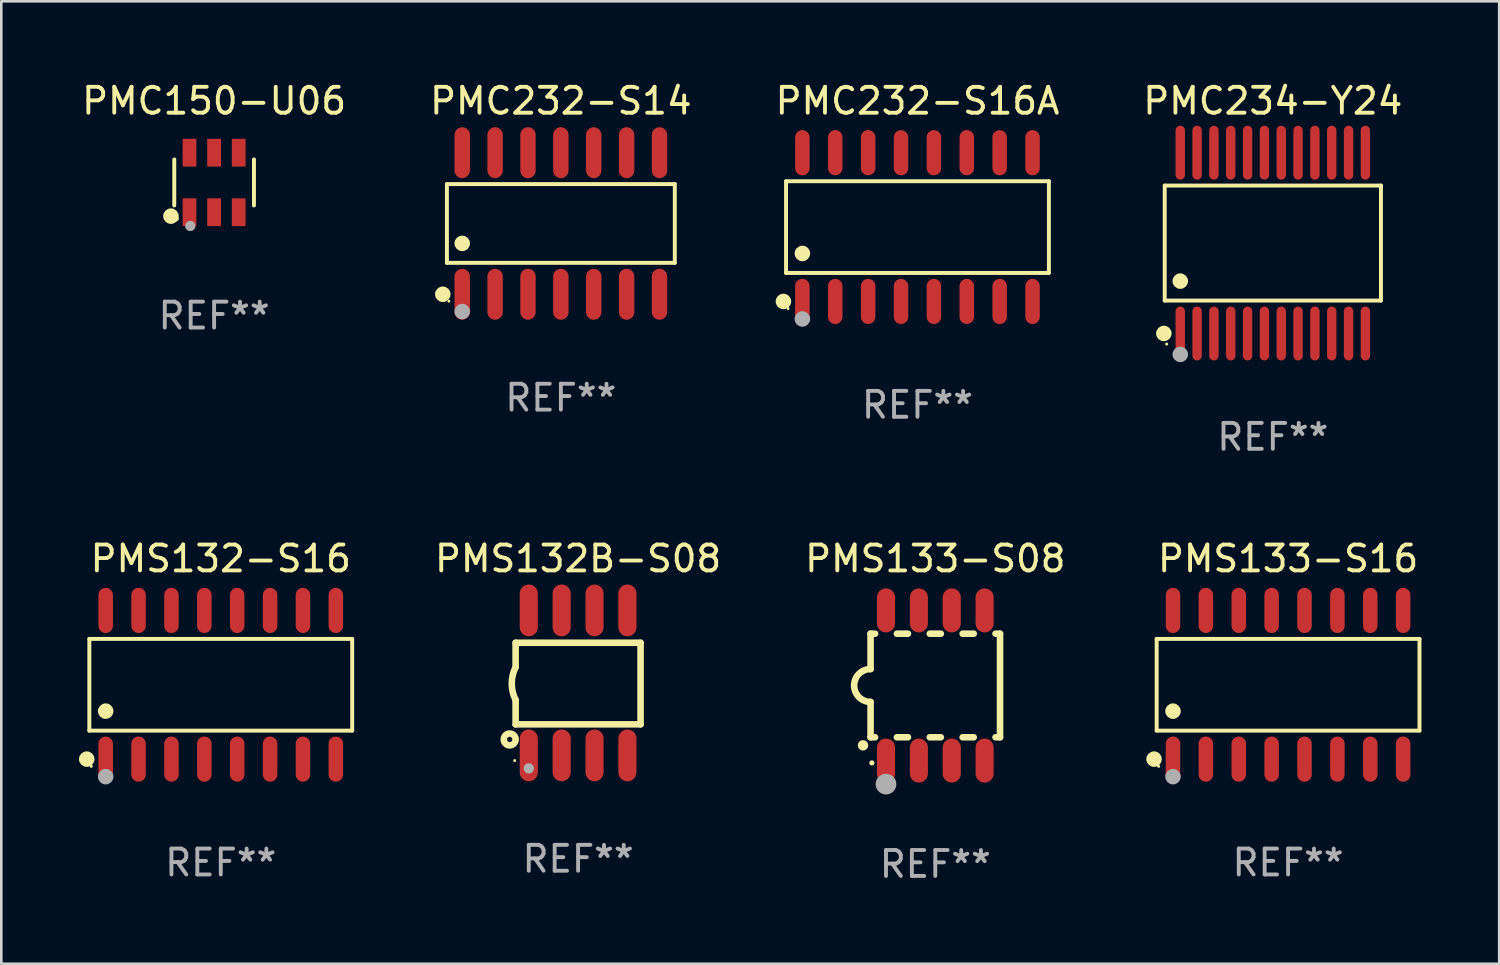
<source format=kicad_pcb>
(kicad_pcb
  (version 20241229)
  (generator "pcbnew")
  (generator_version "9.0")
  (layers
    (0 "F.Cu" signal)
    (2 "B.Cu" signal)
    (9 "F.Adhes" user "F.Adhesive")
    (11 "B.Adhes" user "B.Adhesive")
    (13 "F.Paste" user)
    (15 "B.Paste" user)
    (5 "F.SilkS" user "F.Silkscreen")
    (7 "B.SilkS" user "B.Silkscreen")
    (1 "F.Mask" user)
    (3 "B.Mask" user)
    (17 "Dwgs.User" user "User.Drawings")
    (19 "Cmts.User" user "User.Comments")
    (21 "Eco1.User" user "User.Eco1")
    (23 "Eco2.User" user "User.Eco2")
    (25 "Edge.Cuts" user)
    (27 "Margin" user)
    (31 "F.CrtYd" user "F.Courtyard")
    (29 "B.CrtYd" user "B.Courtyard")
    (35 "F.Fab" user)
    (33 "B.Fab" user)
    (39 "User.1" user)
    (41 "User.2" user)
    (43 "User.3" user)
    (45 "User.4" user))
  (footprint "PMS133-S08"
    (layer "F.Cu")
    (at 33.076 23.427)
    (property "Reference" "PMS133-S08" (at 0 -4.9 0) (layer "F.SilkS") (effects (font (size 1 1) (thickness 0.15))))
    (attr through_hole)
    (fp_line (start -2.5 -2) (end -2.5 -0.635) (stroke (width 0.254) (type solid)) (layer "F.SilkS"))
    (fp_line (start -2.5 -2) (end -2.326 -2) (stroke (width 0.254) (type solid)) (layer "F.SilkS"))
    (fp_line (start -2.5 2) (end -2.5 0.635) (stroke (width 0.254) (type solid)) (layer "F.SilkS"))
    (fp_line (start -2.5 2) (end -2.326 2) (stroke (width 0.254) (type solid)) (layer "F.SilkS"))
    (fp_line (start -1.484 -2) (end -1.056 -2) (stroke (width 0.254) (type solid)) (layer "F.SilkS"))
    (fp_line (start -1.484 2) (end -1.056 2) (stroke (width 0.254) (type solid)) (layer "F.SilkS"))
    (fp_line (start -0.214 -2) (end 0.214 -2) (stroke (width 0.254) (type solid)) (layer "F.SilkS"))
    (fp_line (start -0.214 2) (end 0.214 2) (stroke (width 0.254) (type solid)) (layer "F.SilkS"))
    (fp_line (start 1.056 -2) (end 1.484 -2) (stroke (width 0.254) (type solid)) (layer "F.SilkS"))
    (fp_line (start 1.056 2) (end 1.484 2) (stroke (width 0.254) (type solid)) (layer "F.SilkS"))
    (fp_line (start 2.326 -2) (end 2.5 -2) (stroke (width 0.254) (type solid)) (layer "F.SilkS"))
    (fp_line (start 2.326 2) (end 2.5 2) (stroke (width 0.254) (type solid)) (layer "F.SilkS"))
    (fp_line (start 2.5 -2) (end 2.5 2) (stroke (width 0.254) (type solid)) (layer "F.SilkS"))
    (fp_arc (start -2.794006 2.311405) (mid -2.792736 2.311401) (end -2.791466 2.311405) (stroke (width 0.4) (type solid)) (layer "F.SilkS"))
    (fp_arc (start -2.5 0.635001) (mid -3.134366 -0.000318) (end -2.499365 -0.635001) (stroke (width 0.254001) (type solid)) (layer "F.SilkS"))
    (fp_circle (center -2.45 2.99) (end -2.4 2.99) (stroke (width 0.1) (type solid)) (fill no) (layer "F.SilkS"))
    (fp_circle (center -1.905 3.81) (end -1.705 3.81) (stroke (width 0.4) (type solid)) (fill no) (layer "F.Fab"))
    (fp_text user "REF**" (at 0 6.9 0) (layer "F.Fab") (effects (font (size 1 1) (thickness 0.15))))
    (pad "1" smd oval (at -1.905 2.9 180) (size 0.7 1.7) (layers "F.Cu" "F.Mask" "F.Paste"))
    (pad "2" smd oval (at -0.635 2.9 180) (size 0.7 1.7) (layers "F.Cu" "F.Mask" "F.Paste"))
    (pad "3" smd oval (at 0.635 2.9 180) (size 0.7 1.7) (layers "F.Cu" "F.Mask" "F.Paste"))
    (pad "4" smd oval (at 1.905 2.9 180) (size 0.7 1.7) (layers "F.Cu" "F.Mask" "F.Paste"))
    (pad "5" smd oval (at 1.905 -2.9 180) (size 0.7 1.7) (layers "F.Cu" "F.Mask" "F.Paste"))
    (pad "6" smd oval (at 0.635 -2.9 180) (size 0.7 1.7) (layers "F.Cu" "F.Mask" "F.Paste"))
    (pad "7" smd oval (at -0.635 -2.9 180) (size 0.7 1.7) (layers "F.Cu" "F.Mask" "F.Paste"))
    (pad "8" smd oval (at -1.905 -2.9 180) (size 0.7 1.7) (layers "F.Cu" "F.Mask" "F.Paste")))
  (footprint "PMS133-S16"
    (layer "F.Cu")
    (at 46.702 23.399)
    (property "Reference" "PMS133-S16" (at 0 -4.872 0) (layer "F.SilkS") (effects (font (size 1 1) (thickness 0.15))))
    (attr through_hole)
    (fp_line (start -5.076 -1.771) (end 5.076 -1.771) (stroke (width 0.152) (type solid)) (layer "F.SilkS"))
    (fp_line (start -5.076 1.771) (end -5.076 -1.771) (stroke (width 0.152) (type solid)) (layer "F.SilkS"))
    (fp_line (start 5.076 -1.771) (end 5.076 1.771) (stroke (width 0.152) (type solid)) (layer "F.SilkS"))
    (fp_line (start 5.076 1.771) (end -5.076 1.771) (stroke (width 0.152) (type solid)) (layer "F.SilkS"))
    (fp_circle (center -5.177 2.872) (end -5.027 2.872) (stroke (width 0.3) (type solid)) (fill no) (layer "F.SilkS"))
    (fp_circle (center -5 3.15) (end -4.97 3.15) (stroke (width 0.06) (type solid)) (fill no) (layer "F.SilkS"))
    (fp_circle (center -4.445 1.019) (end -4.295 1.019) (stroke (width 0.3) (type solid)) (fill no) (layer "F.SilkS"))
    (fp_circle (center -4.445 3.55) (end -4.295 3.55) (stroke (width 0.3) (type solid)) (fill no) (layer "F.Fab"))
    (fp_text user "REF**" (at 0 6.872 0) (layer "F.Fab") (effects (font (size 1 1) (thickness 0.15))))
    (pad "1" smd oval (at -4.445 2.872) (size 0.56 1.745) (layers "F.Cu" "F.Mask" "F.Paste"))
    (pad "2" smd oval (at -3.175 2.872) (size 0.56 1.745) (layers "F.Cu" "F.Mask" "F.Paste"))
    (pad "3" smd oval (at -1.905 2.872) (size 0.56 1.745) (layers "F.Cu" "F.Mask" "F.Paste"))
    (pad "4" smd oval (at -0.635 2.872) (size 0.56 1.745) (layers "F.Cu" "F.Mask" "F.Paste"))
    (pad "5" smd oval (at 0.635 2.872) (size 0.56 1.745) (layers "F.Cu" "F.Mask" "F.Paste"))
    (pad "6" smd oval (at 1.905 2.872) (size 0.56 1.745) (layers "F.Cu" "F.Mask" "F.Paste"))
    (pad "7" smd oval (at 3.175 2.872) (size 0.56 1.745) (layers "F.Cu" "F.Mask" "F.Paste"))
    (pad "8" smd oval (at 4.445 2.872) (size 0.56 1.745) (layers "F.Cu" "F.Mask" "F.Paste"))
    (pad "9" smd oval (at 4.445 -2.872) (size 0.56 1.745) (layers "F.Cu" "F.Mask" "F.Paste"))
    (pad "10" smd oval (at 3.175 -2.872) (size 0.56 1.745) (layers "F.Cu" "F.Mask" "F.Paste"))
    (pad "11" smd oval (at 1.905 -2.872) (size 0.56 1.745) (layers "F.Cu" "F.Mask" "F.Paste"))
    (pad "12" smd oval (at 0.635 -2.872) (size 0.56 1.745) (layers "F.Cu" "F.Mask" "F.Paste"))
    (pad "13" smd oval (at -0.635 -2.872) (size 0.56 1.745) (layers "F.Cu" "F.Mask" "F.Paste"))
    (pad "14" smd oval (at -1.905 -2.872) (size 0.56 1.745) (layers "F.Cu" "F.Mask" "F.Paste"))
    (pad "15" smd oval (at -3.175 -2.872) (size 0.56 1.745) (layers "F.Cu" "F.Mask" "F.Paste"))
    (pad "16" smd oval (at -4.445 -2.872) (size 0.56 1.745) (layers "F.Cu" "F.Mask" "F.Paste")))
  (footprint "PMC150-U06"
    (layer "F.Cu")
    (at 5.22 3.997)
    (property "Reference" "PMC150-U06" (at 0 -3.149 0) (layer "F.SilkS") (effects (font (size 1 1) (thickness 0.15))))
    (attr through_hole)
    (fp_line (start -1.539 0.889) (end -1.539 -0.889) (stroke (width 0.152) (type solid)) (layer "F.SilkS"))
    (fp_line (start 1.539 0.889) (end 1.539 -0.889) (stroke (width 0.152) (type solid)) (layer "F.SilkS"))
    (fp_circle (center -1.668 1.301) (end -1.518 1.301) (stroke (width 0.3) (type solid)) (fill no) (layer "F.SilkS"))
    (fp_circle (center -1.463 1.4) (end -1.413 1.4) (stroke (width 0.1) (type solid)) (fill no) (layer "F.SilkS"))
    (fp_circle (center -0.92 1.68) (end -0.82 1.68) (stroke (width 0.2) (type solid)) (fill no) (layer "F.Fab"))
    (fp_text user "REF**" (at 0 5.149 0) (layer "F.Fab") (effects (font (size 1 1) (thickness 0.15))))
    (pad "1" smd rect (at -0.95 1.149) (size 0.532 1.072) (layers "F.Cu" "F.Mask" "F.Paste"))
    (pad "2" smd rect (at 0 1.149) (size 0.532 1.072) (layers "F.Cu" "F.Mask" "F.Paste"))
    (pad "3" smd rect (at 0.95 1.149) (size 0.532 1.072) (layers "F.Cu" "F.Mask" "F.Paste"))
    (pad "4" smd rect (at 0.95 -1.149) (size 0.532 1.072) (layers "F.Cu" "F.Mask" "F.Paste"))
    (pad "5" smd rect (at 0 -1.149) (size 0.532 1.072) (layers "F.Cu" "F.Mask" "F.Paste"))
    (pad "6" smd rect (at -0.95 -1.149) (size 0.532 1.072) (layers "F.Cu" "F.Mask" "F.Paste")))
  (footprint "PMS132B-S08"
    (layer "F.Cu")
    (at 19.279 23.327)
    (property "Reference" "PMS132B-S08" (at 0 -4.8 0) (layer "F.SilkS") (effects (font (size 1 1) (thickness 0.15))))
    (attr through_hole)
    (fp_line (start -2.413 -1.55) (end -2.413 -0.61) (stroke (width 0.254) (type solid)) (layer "F.SilkS"))
    (fp_line (start -2.413 0.66) (end -2.413 1.6) (stroke (width 0.254) (type solid)) (layer "F.SilkS"))
    (fp_line (start -2.413 1.6) (end 2.413 1.6) (stroke (width 0.254) (type solid)) (layer "F.SilkS"))
    (fp_line (start 2.413 -1.55) (end -2.413 -1.55) (stroke (width 0.254) (type solid)) (layer "F.SilkS"))
    (fp_line (start 2.413 1.6) (end 2.413 -1.55) (stroke (width 0.254) (type solid)) (layer "F.SilkS"))
    (fp_arc (start -2.413005 0.6603) (mid -2.562909 0.025298) (end -2.413005 -0.609703) (stroke (width 0.254001) (type solid)) (layer "F.SilkS"))
    (fp_circle (center -2.642 2.184) (end -2.54 2.184) (stroke (width 0.254) (type solid)) (fill no) (layer "F.SilkS"))
    (fp_circle (center -2.45 3) (end -2.42 3) (stroke (width 0.06) (type solid)) (fill no) (layer "F.SilkS"))
    (fp_circle (center -1.905 3.302) (end -1.805 3.302) (stroke (width 0.2) (type solid)) (fill no) (layer "F.Fab"))
    (fp_text user "REF**" (at 0 6.8 0) (layer "F.Fab") (effects (font (size 1 1) (thickness 0.15))))
    (pad "1" smd oval (at -1.905 2.8 180) (size 0.7 2) (layers "F.Cu" "F.Mask" "F.Paste"))
    (pad "2" smd oval (at -0.635 2.8 180) (size 0.7 2) (layers "F.Cu" "F.Mask" "F.Paste"))
    (pad "3" smd oval (at 0.635 2.8 180) (size 0.7 2) (layers "F.Cu" "F.Mask" "F.Paste"))
    (pad "4" smd oval (at 1.905 2.8 180) (size 0.7 2) (layers "F.Cu" "F.Mask" "F.Paste"))
    (pad "5" smd oval (at 1.905 -2.8 180) (size 0.7 2) (layers "F.Cu" "F.Mask" "F.Paste"))
    (pad "6" smd oval (at 0.635 -2.8 180) (size 0.7 2) (layers "F.Cu" "F.Mask" "F.Paste"))
    (pad "7" smd oval (at -0.635 -2.8 180) (size 0.7 2) (layers "F.Cu" "F.Mask" "F.Paste"))
    (pad "8" smd oval (at -1.905 -2.8 180) (size 0.7 2) (layers "F.Cu" "F.Mask" "F.Paste")))
  (footprint "PMC232-S14"
    (layer "F.Cu")
    (at 18.613 5.582)
    (property "Reference" "PMC232-S14" (at 0 -4.734 0) (layer "F.SilkS") (effects (font (size 1 1) (thickness 0.15))))
    (attr through_hole)
    (fp_line (start -4.401 -1.521) (end 4.401 -1.521) (stroke (width 0.152) (type solid)) (layer "F.SilkS"))
    (fp_line (start -4.401 1.521) (end -4.401 -1.521) (stroke (width 0.152) (type solid)) (layer "F.SilkS"))
    (fp_line (start 4.401 -1.521) (end 4.401 1.521) (stroke (width 0.152) (type solid)) (layer "F.SilkS"))
    (fp_line (start 4.401 1.521) (end -4.401 1.521) (stroke (width 0.152) (type solid)) (layer "F.SilkS"))
    (fp_circle (center -4.56 2.734) (end -4.41 2.734) (stroke (width 0.3) (type solid)) (fill no) (layer "F.SilkS"))
    (fp_circle (center -4.325 3) (end -4.295 3) (stroke (width 0.06) (type solid)) (fill no) (layer "F.SilkS"))
    (fp_circle (center -3.81 0.769) (end -3.66 0.769) (stroke (width 0.3) (type solid)) (fill no) (layer "F.SilkS"))
    (fp_circle (center -3.81 3.4) (end -3.66 3.4) (stroke (width 0.3) (type solid)) (fill no) (layer "F.Fab"))
    (fp_text user "REF**" (at 0 6.734 0) (layer "F.Fab") (effects (font (size 1 1) (thickness 0.15))))
    (pad "1" smd oval (at -3.81 2.734) (size 0.595 1.968) (layers "F.Cu" "F.Mask" "F.Paste"))
    (pad "2" smd oval (at -2.54 2.734) (size 0.595 1.968) (layers "F.Cu" "F.Mask" "F.Paste"))
    (pad "3" smd oval (at -1.27 2.734) (size 0.595 1.968) (layers "F.Cu" "F.Mask" "F.Paste"))
    (pad "4" smd oval (at 0 2.734) (size 0.595 1.968) (layers "F.Cu" "F.Mask" "F.Paste"))
    (pad "5" smd oval (at 1.27 2.734) (size 0.595 1.968) (layers "F.Cu" "F.Mask" "F.Paste"))
    (pad "6" smd oval (at 2.54 2.734) (size 0.595 1.968) (layers "F.Cu" "F.Mask" "F.Paste"))
    (pad "7" smd oval (at 3.81 2.734) (size 0.595 1.968) (layers "F.Cu" "F.Mask" "F.Paste"))
    (pad "8" smd oval (at 3.81 -2.734) (size 0.595 1.968) (layers "F.Cu" "F.Mask" "F.Paste"))
    (pad "9" smd oval (at 2.54 -2.734) (size 0.595 1.968) (layers "F.Cu" "F.Mask" "F.Paste"))
    (pad "10" smd oval (at 1.27 -2.734) (size 0.595 1.968) (layers "F.Cu" "F.Mask" "F.Paste"))
    (pad "11" smd oval (at 0 -2.734) (size 0.595 1.968) (layers "F.Cu" "F.Mask" "F.Paste"))
    (pad "12" smd oval (at -1.27 -2.734) (size 0.595 1.968) (layers "F.Cu" "F.Mask" "F.Paste"))
    (pad "13" smd oval (at -2.54 -2.734) (size 0.595 1.968) (layers "F.Cu" "F.Mask" "F.Paste"))
    (pad "14" smd oval (at -3.81 -2.734) (size 0.595 1.968) (layers "F.Cu" "F.Mask" "F.Paste")))
  (footprint "PMC234-Y24"
    (layer "F.Cu")
    (at 46.113 6.339)
    (property "Reference" "PMC234-Y24" (at 0 -5.491 0) (layer "F.SilkS") (effects (font (size 1 1) (thickness 0.15))))
    (attr through_hole)
    (fp_line (start -4.176 -2.221) (end 4.176 -2.221) (stroke (width 0.152) (type solid)) (layer "F.SilkS"))
    (fp_line (start -4.176 2.221) (end -4.176 -2.221) (stroke (width 0.152) (type solid)) (layer "F.SilkS"))
    (fp_line (start 4.176 -2.221) (end 4.176 2.221) (stroke (width 0.152) (type solid)) (layer "F.SilkS"))
    (fp_line (start 4.176 2.221) (end -4.176 2.221) (stroke (width 0.152) (type solid)) (layer "F.SilkS"))
    (fp_circle (center -4.209 3.491) (end -4.059 3.491) (stroke (width 0.3) (type solid)) (fill no) (layer "F.SilkS"))
    (fp_circle (center -4.1 3.9) (end -4.07 3.9) (stroke (width 0.06) (type solid)) (fill no) (layer "F.SilkS"))
    (fp_circle (center -3.575 1.469) (end -3.425 1.469) (stroke (width 0.3) (type solid)) (fill no) (layer "F.SilkS"))
    (fp_circle (center -3.575 4.3) (end -3.425 4.3) (stroke (width 0.3) (type solid)) (fill no) (layer "F.Fab"))
    (fp_text user "REF**" (at 0 7.491 0) (layer "F.Fab") (effects (font (size 1 1) (thickness 0.15))))
    (pad "1" smd oval (at -3.575 3.491) (size 0.364 2.082) (layers "F.Cu" "F.Mask" "F.Paste"))
    (pad "2" smd oval (at -2.925 3.491) (size 0.364 2.082) (layers "F.Cu" "F.Mask" "F.Paste"))
    (pad "3" smd oval (at -2.275 3.491) (size 0.364 2.082) (layers "F.Cu" "F.Mask" "F.Paste"))
    (pad "4" smd oval (at -1.625 3.491) (size 0.364 2.082) (layers "F.Cu" "F.Mask" "F.Paste"))
    (pad "5" smd oval (at -0.975 3.491) (size 0.364 2.082) (layers "F.Cu" "F.Mask" "F.Paste"))
    (pad "6" smd oval (at -0.325 3.491) (size 0.364 2.082) (layers "F.Cu" "F.Mask" "F.Paste"))
    (pad "7" smd oval (at 0.325 3.491) (size 0.364 2.082) (layers "F.Cu" "F.Mask" "F.Paste"))
    (pad "8" smd oval (at 0.975 3.491) (size 0.364 2.082) (layers "F.Cu" "F.Mask" "F.Paste"))
    (pad "9" smd oval (at 1.625 3.491) (size 0.364 2.082) (layers "F.Cu" "F.Mask" "F.Paste"))
    (pad "10" smd oval (at 2.275 3.491) (size 0.364 2.082) (layers "F.Cu" "F.Mask" "F.Paste"))
    (pad "11" smd oval (at 2.925 3.491) (size 0.364 2.082) (layers "F.Cu" "F.Mask" "F.Paste"))
    (pad "12" smd oval (at 3.575 3.491) (size 0.364 2.082) (layers "F.Cu" "F.Mask" "F.Paste"))
    (pad "13" smd oval (at 3.575 -3.491) (size 0.364 2.082) (layers "F.Cu" "F.Mask" "F.Paste"))
    (pad "14" smd oval (at 2.925 -3.491) (size 0.364 2.082) (layers "F.Cu" "F.Mask" "F.Paste"))
    (pad "15" smd oval (at 2.275 -3.491) (size 0.364 2.082) (layers "F.Cu" "F.Mask" "F.Paste"))
    (pad "16" smd oval (at 1.625 -3.491) (size 0.364 2.082) (layers "F.Cu" "F.Mask" "F.Paste"))
    (pad "17" smd oval (at 0.975 -3.491) (size 0.364 2.082) (layers "F.Cu" "F.Mask" "F.Paste"))
    (pad "18" smd oval (at 0.325 -3.491) (size 0.364 2.082) (layers "F.Cu" "F.Mask" "F.Paste"))
    (pad "19" smd oval (at -0.325 -3.491) (size 0.364 2.082) (layers "F.Cu" "F.Mask" "F.Paste"))
    (pad "20" smd oval (at -0.975 -3.491) (size 0.364 2.082) (layers "F.Cu" "F.Mask" "F.Paste"))
    (pad "21" smd oval (at -1.625 -3.491) (size 0.364 2.082) (layers "F.Cu" "F.Mask" "F.Paste"))
    (pad "22" smd oval (at -2.275 -3.491) (size 0.364 2.082) (layers "F.Cu" "F.Mask" "F.Paste"))
    (pad "23" smd oval (at -2.925 -3.491) (size 0.364 2.082) (layers "F.Cu" "F.Mask" "F.Paste"))
    (pad "24" smd oval (at -3.575 -3.491) (size 0.364 2.082) (layers "F.Cu" "F.Mask" "F.Paste")))
  (footprint "PMS132-S16"
    (layer "F.Cu")
    (at 5.477 23.399)
    (property "Reference" "PMS132-S16" (at 0 -4.872 0) (layer "F.SilkS") (effects (font (size 1 1) (thickness 0.15))))
    (attr through_hole)
    (fp_line (start -5.076 -1.771) (end 5.076 -1.771) (stroke (width 0.152) (type solid)) (layer "F.SilkS"))
    (fp_line (start -5.076 1.771) (end -5.076 -1.771) (stroke (width 0.152) (type solid)) (layer "F.SilkS"))
    (fp_line (start 5.076 -1.771) (end 5.076 1.771) (stroke (width 0.152) (type solid)) (layer "F.SilkS"))
    (fp_line (start 5.076 1.771) (end -5.076 1.771) (stroke (width 0.152) (type solid)) (layer "F.SilkS"))
    (fp_circle (center -5.177 2.872) (end -5.027 2.872) (stroke (width 0.3) (type solid)) (fill no) (layer "F.SilkS"))
    (fp_circle (center -5 3.15) (end -4.97 3.15) (stroke (width 0.06) (type solid)) (fill no) (layer "F.SilkS"))
    (fp_circle (center -4.445 1.019) (end -4.295 1.019) (stroke (width 0.3) (type solid)) (fill no) (layer "F.SilkS"))
    (fp_circle (center -4.445 3.55) (end -4.295 3.55) (stroke (width 0.3) (type solid)) (fill no) (layer "F.Fab"))
    (fp_text user "REF**" (at 0 6.872 0) (layer "F.Fab") (effects (font (size 1 1) (thickness 0.15))))
    (pad "1" smd oval (at -4.445 2.872) (size 0.56 1.745) (layers "F.Cu" "F.Mask" "F.Paste"))
    (pad "2" smd oval (at -3.175 2.872) (size 0.56 1.745) (layers "F.Cu" "F.Mask" "F.Paste"))
    (pad "3" smd oval (at -1.905 2.872) (size 0.56 1.745) (layers "F.Cu" "F.Mask" "F.Paste"))
    (pad "4" smd oval (at -0.635 2.872) (size 0.56 1.745) (layers "F.Cu" "F.Mask" "F.Paste"))
    (pad "5" smd oval (at 0.635 2.872) (size 0.56 1.745) (layers "F.Cu" "F.Mask" "F.Paste"))
    (pad "6" smd oval (at 1.905 2.872) (size 0.56 1.745) (layers "F.Cu" "F.Mask" "F.Paste"))
    (pad "7" smd oval (at 3.175 2.872) (size 0.56 1.745) (layers "F.Cu" "F.Mask" "F.Paste"))
    (pad "8" smd oval (at 4.445 2.872) (size 0.56 1.745) (layers "F.Cu" "F.Mask" "F.Paste"))
    (pad "9" smd oval (at 4.445 -2.872) (size 0.56 1.745) (layers "F.Cu" "F.Mask" "F.Paste"))
    (pad "10" smd oval (at 3.175 -2.872) (size 0.56 1.745) (layers "F.Cu" "F.Mask" "F.Paste"))
    (pad "11" smd oval (at 1.905 -2.872) (size 0.56 1.745) (layers "F.Cu" "F.Mask" "F.Paste"))
    (pad "12" smd oval (at 0.635 -2.872) (size 0.56 1.745) (layers "F.Cu" "F.Mask" "F.Paste"))
    (pad "13" smd oval (at -0.635 -2.872) (size 0.56 1.745) (layers "F.Cu" "F.Mask" "F.Paste"))
    (pad "14" smd oval (at -1.905 -2.872) (size 0.56 1.745) (layers "F.Cu" "F.Mask" "F.Paste"))
    (pad "15" smd oval (at -3.175 -2.872) (size 0.56 1.745) (layers "F.Cu" "F.Mask" "F.Paste"))
    (pad "16" smd oval (at -4.445 -2.872) (size 0.56 1.745) (layers "F.Cu" "F.Mask" "F.Paste")))
  (footprint "PMC232-S16A"
    (layer "F.Cu")
    (at 32.387 5.721)
    (property "Reference" "PMC232-S16A" (at 0 -4.872 0) (layer "F.SilkS") (effects (font (size 1 1) (thickness 0.15))))
    (attr through_hole)
    (fp_line (start -5.076 -1.771) (end 5.076 -1.771) (stroke (width 0.152) (type solid)) (layer "F.SilkS"))
    (fp_line (start -5.076 1.771) (end -5.076 -1.771) (stroke (width 0.152) (type solid)) (layer "F.SilkS"))
    (fp_line (start 5.076 -1.771) (end 5.076 1.771) (stroke (width 0.152) (type solid)) (layer "F.SilkS"))
    (fp_line (start 5.076 1.771) (end -5.076 1.771) (stroke (width 0.152) (type solid)) (layer "F.SilkS"))
    (fp_circle (center -5.177 2.872) (end -5.027 2.872) (stroke (width 0.3) (type solid)) (fill no) (layer "F.SilkS"))
    (fp_circle (center -5 3.15) (end -4.97 3.15) (stroke (width 0.06) (type solid)) (fill no) (layer "F.SilkS"))
    (fp_circle (center -4.445 1.019) (end -4.295 1.019) (stroke (width 0.3) (type solid)) (fill no) (layer "F.SilkS"))
    (fp_circle (center -4.445 3.55) (end -4.295 3.55) (stroke (width 0.3) (type solid)) (fill no) (layer "F.Fab"))
    (fp_text user "REF**" (at 0 6.872 0) (layer "F.Fab") (effects (font (size 1 1) (thickness 0.15))))
    (pad "1" smd oval (at -4.445 2.872) (size 0.56 1.745) (layers "F.Cu" "F.Mask" "F.Paste"))
    (pad "2" smd oval (at -3.175 2.872) (size 0.56 1.745) (layers "F.Cu" "F.Mask" "F.Paste"))
    (pad "3" smd oval (at -1.905 2.872) (size 0.56 1.745) (layers "F.Cu" "F.Mask" "F.Paste"))
    (pad "4" smd oval (at -0.635 2.872) (size 0.56 1.745) (layers "F.Cu" "F.Mask" "F.Paste"))
    (pad "5" smd oval (at 0.635 2.872) (size 0.56 1.745) (layers "F.Cu" "F.Mask" "F.Paste"))
    (pad "6" smd oval (at 1.905 2.872) (size 0.56 1.745) (layers "F.Cu" "F.Mask" "F.Paste"))
    (pad "7" smd oval (at 3.175 2.872) (size 0.56 1.745) (layers "F.Cu" "F.Mask" "F.Paste"))
    (pad "8" smd oval (at 4.445 2.872) (size 0.56 1.745) (layers "F.Cu" "F.Mask" "F.Paste"))
    (pad "9" smd oval (at 4.445 -2.872) (size 0.56 1.745) (layers "F.Cu" "F.Mask" "F.Paste"))
    (pad "10" smd oval (at 3.175 -2.872) (size 0.56 1.745) (layers "F.Cu" "F.Mask" "F.Paste"))
    (pad "11" smd oval (at 1.905 -2.872) (size 0.56 1.745) (layers "F.Cu" "F.Mask" "F.Paste"))
    (pad "12" smd oval (at 0.635 -2.872) (size 0.56 1.745) (layers "F.Cu" "F.Mask" "F.Paste"))
    (pad "13" smd oval (at -0.635 -2.872) (size 0.56 1.745) (layers "F.Cu" "F.Mask" "F.Paste"))
    (pad "14" smd oval (at -1.905 -2.872) (size 0.56 1.745) (layers "F.Cu" "F.Mask" "F.Paste"))
    (pad "15" smd oval (at -3.175 -2.872) (size 0.56 1.745) (layers "F.Cu" "F.Mask" "F.Paste"))
    (pad "16" smd oval (at -4.445 -2.872) (size 0.56 1.745) (layers "F.Cu" "F.Mask" "F.Paste")))
  (gr_rect
    (start -3 -3)
    (end 54.855 34.175)
    (stroke (width 0.1) (type default))
    (fill no)
    (layer "Edge.Cuts")))
</source>
